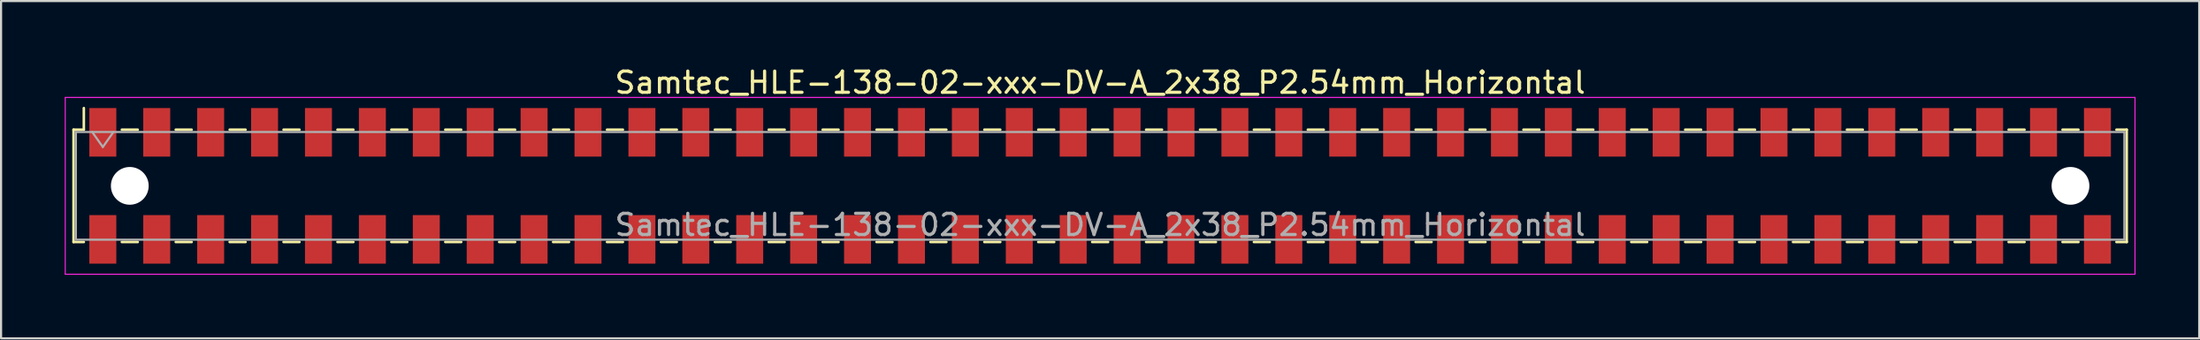
<source format=kicad_pcb>
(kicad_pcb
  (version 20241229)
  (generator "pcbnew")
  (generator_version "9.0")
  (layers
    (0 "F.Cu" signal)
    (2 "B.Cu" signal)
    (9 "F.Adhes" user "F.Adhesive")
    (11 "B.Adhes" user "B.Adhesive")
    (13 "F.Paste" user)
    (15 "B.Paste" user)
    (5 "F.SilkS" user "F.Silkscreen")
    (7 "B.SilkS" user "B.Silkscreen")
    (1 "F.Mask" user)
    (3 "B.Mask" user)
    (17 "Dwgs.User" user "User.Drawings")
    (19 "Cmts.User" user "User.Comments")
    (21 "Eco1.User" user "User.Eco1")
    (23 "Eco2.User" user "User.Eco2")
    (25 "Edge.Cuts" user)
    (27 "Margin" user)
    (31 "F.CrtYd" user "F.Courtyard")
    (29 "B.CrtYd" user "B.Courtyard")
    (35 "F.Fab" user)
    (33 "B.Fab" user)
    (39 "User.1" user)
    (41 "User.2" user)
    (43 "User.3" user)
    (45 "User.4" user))
  (footprint "Samtec_HLE-138-02-xxx-DV-A_2x38_P2.54mm_Horizontal"
    (layer "F.Cu")
    (at 48.785 5.718)
    (property "Reference" "Samtec_HLE-138-02-xxx-DV-A_2x38_P2.54mm_Horizontal" (at 0 -4.87 0) (layer "F.SilkS") (effects (font (size 1 1) (thickness 0.15))))
    (attr smd)
    (fp_line (start -48.37 -2.65) (end -48.37 2.65) (stroke (width 0.12) (type solid)) (layer "F.SilkS"))
    (fp_line (start -48.37 2.65) (end -47.885 2.65) (stroke (width 0.12) (type solid)) (layer "F.SilkS"))
    (fp_line (start -47.885 -3.67) (end -47.885 -2.65) (stroke (width 0.12) (type solid)) (layer "F.SilkS"))
    (fp_line (start -47.885 -2.65) (end -48.37 -2.65) (stroke (width 0.12) (type solid)) (layer "F.SilkS"))
    (fp_line (start -46.095 -2.65) (end -45.345 -2.65) (stroke (width 0.12) (type solid)) (layer "F.SilkS"))
    (fp_line (start -46.095 2.65) (end -45.345 2.65) (stroke (width 0.12) (type solid)) (layer "F.SilkS"))
    (fp_line (start -43.555 -2.65) (end -42.805 -2.65) (stroke (width 0.12) (type solid)) (layer "F.SilkS"))
    (fp_line (start -43.555 2.65) (end -42.805 2.65) (stroke (width 0.12) (type solid)) (layer "F.SilkS"))
    (fp_line (start -41.015 -2.65) (end -40.265 -2.65) (stroke (width 0.12) (type solid)) (layer "F.SilkS"))
    (fp_line (start -41.015 2.65) (end -40.265 2.65) (stroke (width 0.12) (type solid)) (layer "F.SilkS"))
    (fp_line (start -38.475 -2.65) (end -37.725 -2.65) (stroke (width 0.12) (type solid)) (layer "F.SilkS"))
    (fp_line (start -38.475 2.65) (end -37.725 2.65) (stroke (width 0.12) (type solid)) (layer "F.SilkS"))
    (fp_line (start -35.935 -2.65) (end -35.185 -2.65) (stroke (width 0.12) (type solid)) (layer "F.SilkS"))
    (fp_line (start -35.935 2.65) (end -35.185 2.65) (stroke (width 0.12) (type solid)) (layer "F.SilkS"))
    (fp_line (start -33.395 -2.65) (end -32.645 -2.65) (stroke (width 0.12) (type solid)) (layer "F.SilkS"))
    (fp_line (start -33.395 2.65) (end -32.645 2.65) (stroke (width 0.12) (type solid)) (layer "F.SilkS"))
    (fp_line (start -30.855 -2.65) (end -30.105 -2.65) (stroke (width 0.12) (type solid)) (layer "F.SilkS"))
    (fp_line (start -30.855 2.65) (end -30.105 2.65) (stroke (width 0.12) (type solid)) (layer "F.SilkS"))
    (fp_line (start -28.315 -2.65) (end -27.565 -2.65) (stroke (width 0.12) (type solid)) (layer "F.SilkS"))
    (fp_line (start -28.315 2.65) (end -27.565 2.65) (stroke (width 0.12) (type solid)) (layer "F.SilkS"))
    (fp_line (start -25.775 -2.65) (end -25.025 -2.65) (stroke (width 0.12) (type solid)) (layer "F.SilkS"))
    (fp_line (start -25.775 2.65) (end -25.025 2.65) (stroke (width 0.12) (type solid)) (layer "F.SilkS"))
    (fp_line (start -23.235 -2.65) (end -22.485 -2.65) (stroke (width 0.12) (type solid)) (layer "F.SilkS"))
    (fp_line (start -23.235 2.65) (end -22.485 2.65) (stroke (width 0.12) (type solid)) (layer "F.SilkS"))
    (fp_line (start -20.695 -2.65) (end -19.945 -2.65) (stroke (width 0.12) (type solid)) (layer "F.SilkS"))
    (fp_line (start -20.695 2.65) (end -19.945 2.65) (stroke (width 0.12) (type solid)) (layer "F.SilkS"))
    (fp_line (start -18.155 -2.65) (end -17.405 -2.65) (stroke (width 0.12) (type solid)) (layer "F.SilkS"))
    (fp_line (start -18.155 2.65) (end -17.405 2.65) (stroke (width 0.12) (type solid)) (layer "F.SilkS"))
    (fp_line (start -15.615 -2.65) (end -14.865 -2.65) (stroke (width 0.12) (type solid)) (layer "F.SilkS"))
    (fp_line (start -15.615 2.65) (end -14.865 2.65) (stroke (width 0.12) (type solid)) (layer "F.SilkS"))
    (fp_line (start -13.075 -2.65) (end -12.325 -2.65) (stroke (width 0.12) (type solid)) (layer "F.SilkS"))
    (fp_line (start -13.075 2.65) (end -12.325 2.65) (stroke (width 0.12) (type solid)) (layer "F.SilkS"))
    (fp_line (start -10.535 -2.65) (end -9.785 -2.65) (stroke (width 0.12) (type solid)) (layer "F.SilkS"))
    (fp_line (start -10.535 2.65) (end -9.785 2.65) (stroke (width 0.12) (type solid)) (layer "F.SilkS"))
    (fp_line (start -7.995 -2.65) (end -7.245 -2.65) (stroke (width 0.12) (type solid)) (layer "F.SilkS"))
    (fp_line (start -7.995 2.65) (end -7.245 2.65) (stroke (width 0.12) (type solid)) (layer "F.SilkS"))
    (fp_line (start -5.455 -2.65) (end -4.705 -2.65) (stroke (width 0.12) (type solid)) (layer "F.SilkS"))
    (fp_line (start -5.455 2.65) (end -4.705 2.65) (stroke (width 0.12) (type solid)) (layer "F.SilkS"))
    (fp_line (start -2.915 -2.65) (end -2.165 -2.65) (stroke (width 0.12) (type solid)) (layer "F.SilkS"))
    (fp_line (start -2.915 2.65) (end -2.165 2.65) (stroke (width 0.12) (type solid)) (layer "F.SilkS"))
    (fp_line (start -0.375 -2.65) (end 0.375 -2.65) (stroke (width 0.12) (type solid)) (layer "F.SilkS"))
    (fp_line (start -0.375 2.65) (end 0.375 2.65) (stroke (width 0.12) (type solid)) (layer "F.SilkS"))
    (fp_line (start 2.165 -2.65) (end 2.915 -2.65) (stroke (width 0.12) (type solid)) (layer "F.SilkS"))
    (fp_line (start 2.165 2.65) (end 2.915 2.65) (stroke (width 0.12) (type solid)) (layer "F.SilkS"))
    (fp_line (start 4.705 -2.65) (end 5.455 -2.65) (stroke (width 0.12) (type solid)) (layer "F.SilkS"))
    (fp_line (start 4.705 2.65) (end 5.455 2.65) (stroke (width 0.12) (type solid)) (layer "F.SilkS"))
    (fp_line (start 7.245 -2.65) (end 7.995 -2.65) (stroke (width 0.12) (type solid)) (layer "F.SilkS"))
    (fp_line (start 7.245 2.65) (end 7.995 2.65) (stroke (width 0.12) (type solid)) (layer "F.SilkS"))
    (fp_line (start 9.785 -2.65) (end 10.535 -2.65) (stroke (width 0.12) (type solid)) (layer "F.SilkS"))
    (fp_line (start 9.785 2.65) (end 10.535 2.65) (stroke (width 0.12) (type solid)) (layer "F.SilkS"))
    (fp_line (start 12.325 -2.65) (end 13.075 -2.65) (stroke (width 0.12) (type solid)) (layer "F.SilkS"))
    (fp_line (start 12.325 2.65) (end 13.075 2.65) (stroke (width 0.12) (type solid)) (layer "F.SilkS"))
    (fp_line (start 14.865 -2.65) (end 15.615 -2.65) (stroke (width 0.12) (type solid)) (layer "F.SilkS"))
    (fp_line (start 14.865 2.65) (end 15.615 2.65) (stroke (width 0.12) (type solid)) (layer "F.SilkS"))
    (fp_line (start 17.405 -2.65) (end 18.155 -2.65) (stroke (width 0.12) (type solid)) (layer "F.SilkS"))
    (fp_line (start 17.405 2.65) (end 18.155 2.65) (stroke (width 0.12) (type solid)) (layer "F.SilkS"))
    (fp_line (start 19.945 -2.65) (end 20.695 -2.65) (stroke (width 0.12) (type solid)) (layer "F.SilkS"))
    (fp_line (start 19.945 2.65) (end 20.695 2.65) (stroke (width 0.12) (type solid)) (layer "F.SilkS"))
    (fp_line (start 22.485 -2.65) (end 23.235 -2.65) (stroke (width 0.12) (type solid)) (layer "F.SilkS"))
    (fp_line (start 22.485 2.65) (end 23.235 2.65) (stroke (width 0.12) (type solid)) (layer "F.SilkS"))
    (fp_line (start 25.025 -2.65) (end 25.775 -2.65) (stroke (width 0.12) (type solid)) (layer "F.SilkS"))
    (fp_line (start 25.025 2.65) (end 25.775 2.65) (stroke (width 0.12) (type solid)) (layer "F.SilkS"))
    (fp_line (start 27.565 -2.65) (end 28.315 -2.65) (stroke (width 0.12) (type solid)) (layer "F.SilkS"))
    (fp_line (start 27.565 2.65) (end 28.315 2.65) (stroke (width 0.12) (type solid)) (layer "F.SilkS"))
    (fp_line (start 30.105 -2.65) (end 30.855 -2.65) (stroke (width 0.12) (type solid)) (layer "F.SilkS"))
    (fp_line (start 30.105 2.65) (end 30.855 2.65) (stroke (width 0.12) (type solid)) (layer "F.SilkS"))
    (fp_line (start 32.645 -2.65) (end 33.395 -2.65) (stroke (width 0.12) (type solid)) (layer "F.SilkS"))
    (fp_line (start 32.645 2.65) (end 33.395 2.65) (stroke (width 0.12) (type solid)) (layer "F.SilkS"))
    (fp_line (start 35.185 -2.65) (end 35.935 -2.65) (stroke (width 0.12) (type solid)) (layer "F.SilkS"))
    (fp_line (start 35.185 2.65) (end 35.935 2.65) (stroke (width 0.12) (type solid)) (layer "F.SilkS"))
    (fp_line (start 37.725 -2.65) (end 38.475 -2.65) (stroke (width 0.12) (type solid)) (layer "F.SilkS"))
    (fp_line (start 37.725 2.65) (end 38.475 2.65) (stroke (width 0.12) (type solid)) (layer "F.SilkS"))
    (fp_line (start 40.265 -2.65) (end 41.015 -2.65) (stroke (width 0.12) (type solid)) (layer "F.SilkS"))
    (fp_line (start 40.265 2.65) (end 41.015 2.65) (stroke (width 0.12) (type solid)) (layer "F.SilkS"))
    (fp_line (start 42.805 -2.65) (end 43.555 -2.65) (stroke (width 0.12) (type solid)) (layer "F.SilkS"))
    (fp_line (start 42.805 2.65) (end 43.555 2.65) (stroke (width 0.12) (type solid)) (layer "F.SilkS"))
    (fp_line (start 45.345 -2.65) (end 46.095 -2.65) (stroke (width 0.12) (type solid)) (layer "F.SilkS"))
    (fp_line (start 45.345 2.65) (end 46.095 2.65) (stroke (width 0.12) (type solid)) (layer "F.SilkS"))
    (fp_line (start 47.885 -2.65) (end 48.37 -2.65) (stroke (width 0.12) (type solid)) (layer "F.SilkS"))
    (fp_line (start 48.37 -2.65) (end 48.37 2.65) (stroke (width 0.12) (type solid)) (layer "F.SilkS"))
    (fp_line (start 48.37 2.65) (end 47.885 2.65) (stroke (width 0.12) (type solid)) (layer "F.SilkS"))
    (fp_line (start -48.76 -4.17) (end 48.76 -4.17) (stroke (width 0.05) (type solid)) (layer "F.CrtYd"))
    (fp_line (start -48.76 4.17) (end -48.76 -4.17) (stroke (width 0.05) (type solid)) (layer "F.CrtYd"))
    (fp_line (start 48.76 -4.17) (end 48.76 4.17) (stroke (width 0.05) (type solid)) (layer "F.CrtYd"))
    (fp_line (start 48.76 4.17) (end -48.76 4.17) (stroke (width 0.05) (type solid)) (layer "F.CrtYd"))
    (fp_line (start -48.26 -2.54) (end 48.26 -2.54) (stroke (width 0.1) (type solid)) (layer "F.Fab"))
    (fp_line (start -48.26 2.54) (end -48.26 -2.54) (stroke (width 0.1) (type solid)) (layer "F.Fab"))
    (fp_line (start -47.49 -2.54) (end -46.99 -1.833) (stroke (width 0.1) (type solid)) (layer "F.Fab"))
    (fp_line (start -46.99 -1.833) (end -46.49 -2.54) (stroke (width 0.1) (type solid)) (layer "F.Fab"))
    (fp_line (start 48.26 -2.54) (end 48.26 2.54) (stroke (width 0.1) (type solid)) (layer "F.Fab"))
    (fp_line (start 48.26 2.54) (end -48.26 2.54) (stroke (width 0.1) (type solid)) (layer "F.Fab"))
    (fp_text user "${REFERENCE}" (at 0 1.84 0) (layer "F.Fab") (effects (font (size 1 1) (thickness 0.15))))
    (pad "" np_thru_hole circle (at -45.72 0) (size 1.78 1.78) (drill 1.78) (layers "*.Cu" "*.Mask"))
    (pad "" np_thru_hole circle (at 45.72 0) (size 1.78 1.78) (drill 1.78) (layers "*.Cu" "*.Mask"))
    (pad "1" smd rect (at -46.99 -2.525) (size 1.27 2.29) (layers "F.Cu" "F.Mask" "F.Paste"))
    (pad "2" smd rect (at -46.99 2.525) (size 1.27 2.29) (layers "F.Cu" "F.Mask" "F.Paste"))
    (pad "3" smd rect (at -44.45 -2.525) (size 1.27 2.29) (layers "F.Cu" "F.Mask" "F.Paste"))
    (pad "4" smd rect (at -44.45 2.525) (size 1.27 2.29) (layers "F.Cu" "F.Mask" "F.Paste"))
    (pad "5" smd rect (at -41.91 -2.525) (size 1.27 2.29) (layers "F.Cu" "F.Mask" "F.Paste"))
    (pad "6" smd rect (at -41.91 2.525) (size 1.27 2.29) (layers "F.Cu" "F.Mask" "F.Paste"))
    (pad "7" smd rect (at -39.37 -2.525) (size 1.27 2.29) (layers "F.Cu" "F.Mask" "F.Paste"))
    (pad "8" smd rect (at -39.37 2.525) (size 1.27 2.29) (layers "F.Cu" "F.Mask" "F.Paste"))
    (pad "9" smd rect (at -36.83 -2.525) (size 1.27 2.29) (layers "F.Cu" "F.Mask" "F.Paste"))
    (pad "10" smd rect (at -36.83 2.525) (size 1.27 2.29) (layers "F.Cu" "F.Mask" "F.Paste"))
    (pad "11" smd rect (at -34.29 -2.525) (size 1.27 2.29) (layers "F.Cu" "F.Mask" "F.Paste"))
    (pad "12" smd rect (at -34.29 2.525) (size 1.27 2.29) (layers "F.Cu" "F.Mask" "F.Paste"))
    (pad "13" smd rect (at -31.75 -2.525) (size 1.27 2.29) (layers "F.Cu" "F.Mask" "F.Paste"))
    (pad "14" smd rect (at -31.75 2.525) (size 1.27 2.29) (layers "F.Cu" "F.Mask" "F.Paste"))
    (pad "15" smd rect (at -29.21 -2.525) (size 1.27 2.29) (layers "F.Cu" "F.Mask" "F.Paste"))
    (pad "16" smd rect (at -29.21 2.525) (size 1.27 2.29) (layers "F.Cu" "F.Mask" "F.Paste"))
    (pad "17" smd rect (at -26.67 -2.525) (size 1.27 2.29) (layers "F.Cu" "F.Mask" "F.Paste"))
    (pad "18" smd rect (at -26.67 2.525) (size 1.27 2.29) (layers "F.Cu" "F.Mask" "F.Paste"))
    (pad "19" smd rect (at -24.13 -2.525) (size 1.27 2.29) (layers "F.Cu" "F.Mask" "F.Paste"))
    (pad "20" smd rect (at -24.13 2.525) (size 1.27 2.29) (layers "F.Cu" "F.Mask" "F.Paste"))
    (pad "21" smd rect (at -21.59 -2.525) (size 1.27 2.29) (layers "F.Cu" "F.Mask" "F.Paste"))
    (pad "22" smd rect (at -21.59 2.525) (size 1.27 2.29) (layers "F.Cu" "F.Mask" "F.Paste"))
    (pad "23" smd rect (at -19.05 -2.525) (size 1.27 2.29) (layers "F.Cu" "F.Mask" "F.Paste"))
    (pad "24" smd rect (at -19.05 2.525) (size 1.27 2.29) (layers "F.Cu" "F.Mask" "F.Paste"))
    (pad "25" smd rect (at -16.51 -2.525) (size 1.27 2.29) (layers "F.Cu" "F.Mask" "F.Paste"))
    (pad "26" smd rect (at -16.51 2.525) (size 1.27 2.29) (layers "F.Cu" "F.Mask" "F.Paste"))
    (pad "27" smd rect (at -13.97 -2.525) (size 1.27 2.29) (layers "F.Cu" "F.Mask" "F.Paste"))
    (pad "28" smd rect (at -13.97 2.525) (size 1.27 2.29) (layers "F.Cu" "F.Mask" "F.Paste"))
    (pad "29" smd rect (at -11.43 -2.525) (size 1.27 2.29) (layers "F.Cu" "F.Mask" "F.Paste"))
    (pad "30" smd rect (at -11.43 2.525) (size 1.27 2.29) (layers "F.Cu" "F.Mask" "F.Paste"))
    (pad "31" smd rect (at -8.89 -2.525) (size 1.27 2.29) (layers "F.Cu" "F.Mask" "F.Paste"))
    (pad "32" smd rect (at -8.89 2.525) (size 1.27 2.29) (layers "F.Cu" "F.Mask" "F.Paste"))
    (pad "33" smd rect (at -6.35 -2.525) (size 1.27 2.29) (layers "F.Cu" "F.Mask" "F.Paste"))
    (pad "34" smd rect (at -6.35 2.525) (size 1.27 2.29) (layers "F.Cu" "F.Mask" "F.Paste"))
    (pad "35" smd rect (at -3.81 -2.525) (size 1.27 2.29) (layers "F.Cu" "F.Mask" "F.Paste"))
    (pad "36" smd rect (at -3.81 2.525) (size 1.27 2.29) (layers "F.Cu" "F.Mask" "F.Paste"))
    (pad "37" smd rect (at -1.27 -2.525) (size 1.27 2.29) (layers "F.Cu" "F.Mask" "F.Paste"))
    (pad "38" smd rect (at -1.27 2.525) (size 1.27 2.29) (layers "F.Cu" "F.Mask" "F.Paste"))
    (pad "39" smd rect (at 1.27 -2.525) (size 1.27 2.29) (layers "F.Cu" "F.Mask" "F.Paste"))
    (pad "40" smd rect (at 1.27 2.525) (size 1.27 2.29) (layers "F.Cu" "F.Mask" "F.Paste"))
    (pad "41" smd rect (at 3.81 -2.525) (size 1.27 2.29) (layers "F.Cu" "F.Mask" "F.Paste"))
    (pad "42" smd rect (at 3.81 2.525) (size 1.27 2.29) (layers "F.Cu" "F.Mask" "F.Paste"))
    (pad "43" smd rect (at 6.35 -2.525) (size 1.27 2.29) (layers "F.Cu" "F.Mask" "F.Paste"))
    (pad "44" smd rect (at 6.35 2.525) (size 1.27 2.29) (layers "F.Cu" "F.Mask" "F.Paste"))
    (pad "45" smd rect (at 8.89 -2.525) (size 1.27 2.29) (layers "F.Cu" "F.Mask" "F.Paste"))
    (pad "46" smd rect (at 8.89 2.525) (size 1.27 2.29) (layers "F.Cu" "F.Mask" "F.Paste"))
    (pad "47" smd rect (at 11.43 -2.525) (size 1.27 2.29) (layers "F.Cu" "F.Mask" "F.Paste"))
    (pad "48" smd rect (at 11.43 2.525) (size 1.27 2.29) (layers "F.Cu" "F.Mask" "F.Paste"))
    (pad "49" smd rect (at 13.97 -2.525) (size 1.27 2.29) (layers "F.Cu" "F.Mask" "F.Paste"))
    (pad "50" smd rect (at 13.97 2.525) (size 1.27 2.29) (layers "F.Cu" "F.Mask" "F.Paste"))
    (pad "51" smd rect (at 16.51 -2.525) (size 1.27 2.29) (layers "F.Cu" "F.Mask" "F.Paste"))
    (pad "52" smd rect (at 16.51 2.525) (size 1.27 2.29) (layers "F.Cu" "F.Mask" "F.Paste"))
    (pad "53" smd rect (at 19.05 -2.525) (size 1.27 2.29) (layers "F.Cu" "F.Mask" "F.Paste"))
    (pad "54" smd rect (at 19.05 2.525) (size 1.27 2.29) (layers "F.Cu" "F.Mask" "F.Paste"))
    (pad "55" smd rect (at 21.59 -2.525) (size 1.27 2.29) (layers "F.Cu" "F.Mask" "F.Paste"))
    (pad "56" smd rect (at 21.59 2.525) (size 1.27 2.29) (layers "F.Cu" "F.Mask" "F.Paste"))
    (pad "57" smd rect (at 24.13 -2.525) (size 1.27 2.29) (layers "F.Cu" "F.Mask" "F.Paste"))
    (pad "58" smd rect (at 24.13 2.525) (size 1.27 2.29) (layers "F.Cu" "F.Mask" "F.Paste"))
    (pad "59" smd rect (at 26.67 -2.525) (size 1.27 2.29) (layers "F.Cu" "F.Mask" "F.Paste"))
    (pad "60" smd rect (at 26.67 2.525) (size 1.27 2.29) (layers "F.Cu" "F.Mask" "F.Paste"))
    (pad "61" smd rect (at 29.21 -2.525) (size 1.27 2.29) (layers "F.Cu" "F.Mask" "F.Paste"))
    (pad "62" smd rect (at 29.21 2.525) (size 1.27 2.29) (layers "F.Cu" "F.Mask" "F.Paste"))
    (pad "63" smd rect (at 31.75 -2.525) (size 1.27 2.29) (layers "F.Cu" "F.Mask" "F.Paste"))
    (pad "64" smd rect (at 31.75 2.525) (size 1.27 2.29) (layers "F.Cu" "F.Mask" "F.Paste"))
    (pad "65" smd rect (at 34.29 -2.525) (size 1.27 2.29) (layers "F.Cu" "F.Mask" "F.Paste"))
    (pad "66" smd rect (at 34.29 2.525) (size 1.27 2.29) (layers "F.Cu" "F.Mask" "F.Paste"))
    (pad "67" smd rect (at 36.83 -2.525) (size 1.27 2.29) (layers "F.Cu" "F.Mask" "F.Paste"))
    (pad "68" smd rect (at 36.83 2.525) (size 1.27 2.29) (layers "F.Cu" "F.Mask" "F.Paste"))
    (pad "69" smd rect (at 39.37 -2.525) (size 1.27 2.29) (layers "F.Cu" "F.Mask" "F.Paste"))
    (pad "70" smd rect (at 39.37 2.525) (size 1.27 2.29) (layers "F.Cu" "F.Mask" "F.Paste"))
    (pad "71" smd rect (at 41.91 -2.525) (size 1.27 2.29) (layers "F.Cu" "F.Mask" "F.Paste"))
    (pad "72" smd rect (at 41.91 2.525) (size 1.27 2.29) (layers "F.Cu" "F.Mask" "F.Paste"))
    (pad "73" smd rect (at 44.45 -2.525) (size 1.27 2.29) (layers "F.Cu" "F.Mask" "F.Paste"))
    (pad "74" smd rect (at 44.45 2.525) (size 1.27 2.29) (layers "F.Cu" "F.Mask" "F.Paste"))
    (pad "75" smd rect (at 46.99 -2.525) (size 1.27 2.29) (layers "F.Cu" "F.Mask" "F.Paste"))
    (pad "76" smd rect (at 46.99 2.525) (size 1.27 2.29) (layers "F.Cu" "F.Mask" "F.Paste")))
  (gr_rect
    (start -3 -3)
    (end 100.57 12.913)
    (stroke (width 0.1) (type default))
    (fill no)
    (layer "Edge.Cuts")))
</source>
